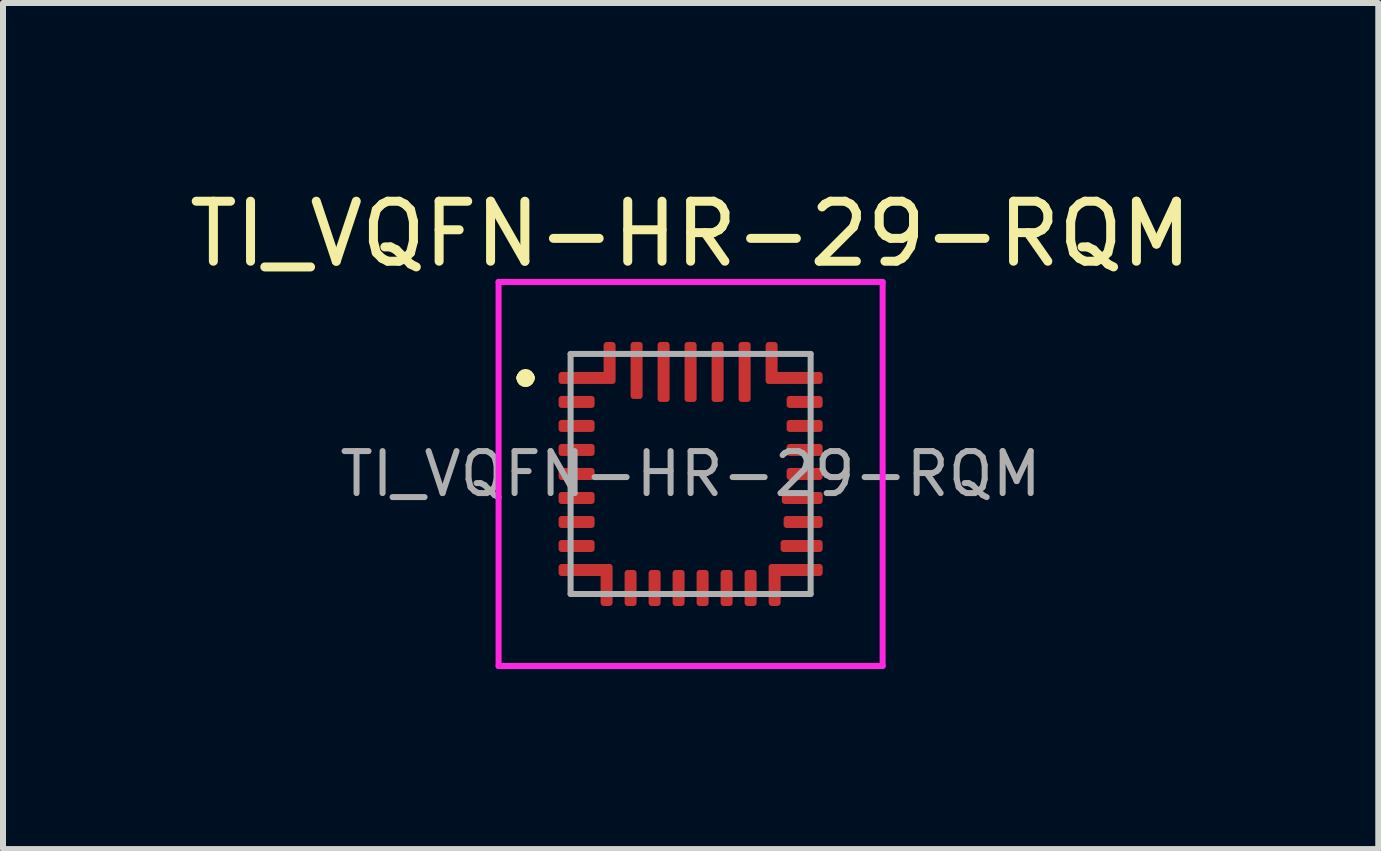
<source format=kicad_pcb>
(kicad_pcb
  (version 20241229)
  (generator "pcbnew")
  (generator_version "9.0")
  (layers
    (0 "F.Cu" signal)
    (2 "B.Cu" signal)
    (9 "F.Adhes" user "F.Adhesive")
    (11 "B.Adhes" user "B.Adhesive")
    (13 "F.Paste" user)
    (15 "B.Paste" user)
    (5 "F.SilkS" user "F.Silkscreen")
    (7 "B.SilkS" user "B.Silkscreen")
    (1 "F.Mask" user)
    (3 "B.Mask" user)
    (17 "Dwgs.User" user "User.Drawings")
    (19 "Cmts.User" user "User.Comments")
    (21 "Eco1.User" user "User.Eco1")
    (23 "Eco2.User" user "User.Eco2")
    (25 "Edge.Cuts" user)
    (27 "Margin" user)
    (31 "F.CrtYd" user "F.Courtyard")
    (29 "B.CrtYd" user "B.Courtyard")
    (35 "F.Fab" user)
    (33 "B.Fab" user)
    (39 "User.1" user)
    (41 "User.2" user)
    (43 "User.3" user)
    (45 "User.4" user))
  (footprint "TI_VQFN-HR-29-RQM"
    (layer "F.Cu")
    (at 8.458 4.848)
    (property "Reference" "TI_VQFN-HR-29-RQM" (at 0 -4 0) (layer "F.SilkS") (effects (font (size 1 1) (thickness 0.15))))
    (attr smd)
    (fp_line (start -2.8 -1.6) (end -2.8 -1.6) (stroke (width 0.2) (type solid)) (layer "F.SilkS"))
    (fp_line (start -2.8 -1.6) (end -2.8 -1.6) (stroke (width 0.2) (type solid)) (layer "F.SilkS"))
    (fp_line (start -2.7 -1.6) (end -2.7 -1.6) (stroke (width 0.2) (type solid)) (layer "F.SilkS"))
    (fp_arc (start -2.8 -1.6) (mid -2.75 -1.65) (end -2.7 -1.6) (stroke (width 0.2) (type solid)) (layer "F.SilkS"))
    (fp_arc (start -2.7 -1.6) (mid -2.75 -1.55) (end -2.8 -1.6) (stroke (width 0.2) (type solid)) (layer "F.SilkS"))
    (fp_arc (start -2.7 -1.6) (mid -2.75 -1.55) (end -2.8 -1.6) (stroke (width 0.2) (type solid)) (layer "F.SilkS"))
    (fp_line (start -3.2 -3.2) (end 3.2 -3.2) (stroke (width 0.1) (type solid)) (layer "F.CrtYd"))
    (fp_line (start -3.2 3.2) (end -3.2 -3.2) (stroke (width 0.1) (type solid)) (layer "F.CrtYd"))
    (fp_line (start 3.2 -3.2) (end 3.2 3.2) (stroke (width 0.1) (type solid)) (layer "F.CrtYd"))
    (fp_line (start 3.2 3.2) (end -3.2 3.2) (stroke (width 0.1) (type solid)) (layer "F.CrtYd"))
    (fp_line (start -2 -2) (end -2 2) (stroke (width 0.1) (type solid)) (layer "F.Fab"))
    (fp_line (start -2 2) (end 2 2) (stroke (width 0.1) (type solid)) (layer "F.Fab"))
    (fp_line (start 2 -2) (end -2 -2) (stroke (width 0.1) (type solid)) (layer "F.Fab"))
    (fp_line (start 2 2) (end 2 -2) (stroke (width 0.1) (type solid)) (layer "F.Fab"))
    (fp_text user "${REFERENCE}" (at 0 0 0) (layer "F.Fab") (effects (font (size 0.7 0.7) (thickness 0.1))))
    (pad "1" smd custom (at -1.725 -1.6 90) (size 0.2 0.95) (layers "F.Cu" "F.Mask" "F.Paste") (options (anchor circle)) (primitives (gr_poly (pts (xy -0.1 -0.425) (xy -0.096 -0.444) (xy -0.085 -0.46) (xy -0.069 -0.471) (xy -0.05 -0.475) (xy 0.05 -0.475) (xy 0.069 -0.471) (xy 0.085 -0.46) (xy 0.096 -0.444) (xy 0.1 -0.425) (xy 0.1 0.425) (xy 0.096 0.444) (xy 0.085 0.46) (xy 0.069 0.471) (xy 0.05 0.475) (xy -0.05 0.475) (xy -0.069 0.471) (xy -0.085 0.46) (xy -0.096 0.444) (xy -0.1 0.425)) (width 0) (fill yes)) (gr_poly (pts (xy 0.55 0.325) (xy 0.05 0.325) (xy 0.05 0.425) (xy 0.55 0.425)) (width 0.1) (fill yes))))
    (pad "2" smd roundrect (at -1.9 -1.2 90) (size 0.2 0.6) (layers "F.Cu" "F.Mask" "F.Paste") (roundrect_rratio 0.25))
    (pad "3" smd roundrect (at -1.9 -0.8 90) (size 0.2 0.6) (layers "F.Cu" "F.Mask" "F.Paste") (roundrect_rratio 0.25))
    (pad "4" smd roundrect (at -1.9 -0.4 90) (size 0.2 0.6) (layers "F.Cu" "F.Mask" "F.Paste") (roundrect_rratio 0.25))
    (pad "5" smd roundrect (at -1.9 0 90) (size 0.2 0.6) (layers "F.Cu" "F.Mask" "F.Paste") (roundrect_rratio 0.25))
    (pad "6" smd roundrect (at -1.9 0.4 90) (size 0.2 0.6) (layers "F.Cu" "F.Mask" "F.Paste") (roundrect_rratio 0.25))
    (pad "7" smd roundrect (at -1.9 0.8 90) (size 0.2 0.6) (layers "F.Cu" "F.Mask" "F.Paste") (roundrect_rratio 0.25))
    (pad "8" smd roundrect (at -1.9 1.2 90) (size 0.2 0.6) (layers "F.Cu" "F.Mask" "F.Paste") (roundrect_rratio 0.25))
    (pad "9" smd custom (at -1.75 1.6 90) (size 0.2 0.9) (layers "F.Cu" "F.Mask" "F.Paste") (options (anchor circle)) (primitives (gr_poly (pts (xy -0.1 -0.4) (xy -0.096 -0.419) (xy -0.085 -0.435) (xy -0.069 -0.446) (xy -0.05 -0.45) (xy 0.05 -0.45) (xy 0.069 -0.446) (xy 0.085 -0.435) (xy 0.096 -0.419) (xy 0.1 -0.4) (xy 0.1 0.4) (xy 0.096 0.419) (xy 0.085 0.435) (xy 0.069 0.446) (xy 0.05 0.45) (xy -0.05 0.45) (xy -0.069 0.446) (xy -0.085 0.435) (xy -0.096 0.419) (xy -0.1 0.4)) (width 0) (fill yes)) (gr_poly (pts (xy -0.05 0.3) (xy -0.55 0.3) (xy -0.55 0.4) (xy -0.05 0.4)) (width 0.1) (fill yes))))
    (pad "10" smd roundrect (at -1 1.9) (size 0.2 0.6) (layers "F.Cu" "F.Mask" "F.Paste") (roundrect_rratio 0.25))
    (pad "11" smd roundrect (at -0.6 1.9) (size 0.2 0.6) (layers "F.Cu" "F.Mask" "F.Paste") (roundrect_rratio 0.25))
    (pad "12" smd roundrect (at -0.2 1.9) (size 0.2 0.6) (layers "F.Cu" "F.Mask" "F.Paste") (roundrect_rratio 0.25))
    (pad "13" smd roundrect (at 0.2 1.9) (size 0.2 0.6) (layers "F.Cu" "F.Mask" "F.Paste") (roundrect_rratio 0.25))
    (pad "14" smd roundrect (at 0.6 1.9) (size 0.2 0.6) (layers "F.Cu" "F.Mask" "F.Paste") (roundrect_rratio 0.25))
    (pad "15" smd roundrect (at 1 1.9) (size 0.2 0.6) (layers "F.Cu" "F.Mask" "F.Paste") (roundrect_rratio 0.25))
    (pad "16" smd custom (at 1.75 1.6 90) (size 0.2 0.9) (layers "F.Cu" "F.Mask" "F.Paste") (options (anchor circle)) (primitives (gr_poly (pts (xy -0.1 -0.4) (xy -0.096 -0.419) (xy -0.085 -0.435) (xy -0.069 -0.446) (xy -0.05 -0.45) (xy 0.05 -0.45) (xy 0.069 -0.446) (xy 0.085 -0.435) (xy 0.096 -0.419) (xy 0.1 -0.4) (xy 0.1 0.4) (xy 0.096 0.419) (xy 0.085 0.435) (xy 0.069 0.446) (xy 0.05 0.45) (xy -0.05 0.45) (xy -0.069 0.446) (xy -0.085 0.435) (xy -0.096 0.419) (xy -0.1 0.4)) (width 0) (fill yes)) (gr_poly (pts (xy -0.05 -0.4) (xy -0.55 -0.4) (xy -0.55 -0.3) (xy -0.05 -0.3)) (width 0.1) (fill yes))))
    (pad "17" smd roundrect (at 1.85 1.2 90) (size 0.2 0.7) (layers "F.Cu" "F.Mask" "F.Paste") (roundrect_rratio 0.25))
    (pad "18" smd roundrect (at 1.875 0.8 90) (size 0.2 0.65) (layers "F.Cu" "F.Mask" "F.Paste") (roundrect_rratio 0.25))
    (pad "19" smd roundrect (at 1.86 0.4 90) (size 0.2 0.68) (layers "F.Cu" "F.Mask" "F.Paste") (roundrect_rratio 0.25))
    (pad "20" smd roundrect (at 1.9 0 90) (size 0.2 0.6) (layers "F.Cu" "F.Mask" "F.Paste") (roundrect_rratio 0.25))
    (pad "21" smd roundrect (at 1.9 -0.4 90) (size 0.2 0.6) (layers "F.Cu" "F.Mask" "F.Paste") (roundrect_rratio 0.25))
    (pad "22" smd roundrect (at 1.9 -0.8 90) (size 0.2 0.6) (layers "F.Cu" "F.Mask" "F.Paste") (roundrect_rratio 0.25))
    (pad "23" smd roundrect (at 1.9 -1.2 90) (size 0.2 0.6) (layers "F.Cu" "F.Mask" "F.Paste") (roundrect_rratio 0.25))
    (pad "24" smd custom (at 1.725 -1.6 90) (size 0.2 0.95) (layers "F.Cu" "F.Mask" "F.Paste") (options (anchor circle)) (primitives (gr_poly (pts (xy -0.1 -0.425) (xy -0.096 -0.444) (xy -0.085 -0.46) (xy -0.069 -0.471) (xy -0.05 -0.475) (xy 0.05 -0.475) (xy 0.069 -0.471) (xy 0.085 -0.46) (xy 0.096 -0.444) (xy 0.1 -0.425) (xy 0.1 0.425) (xy 0.096 0.444) (xy 0.085 0.46) (xy 0.069 0.471) (xy 0.05 0.475) (xy -0.05 0.475) (xy -0.069 0.471) (xy -0.085 0.46) (xy -0.096 0.444) (xy -0.1 0.425)) (width 0) (fill yes)) (gr_poly (pts (xy 0.55 -0.425) (xy 0.05 -0.425) (xy 0.05 -0.325) (xy 0.55 -0.325)) (width 0.1) (fill yes))))
    (pad "25" smd roundrect (at 0.9 -1.7) (size 0.2 1) (layers "F.Cu" "F.Mask" "F.Paste") (roundrect_rratio 0.25))
    (pad "26" smd roundrect (at 0.45 -1.7) (size 0.2 1) (layers "F.Cu" "F.Mask" "F.Paste") (roundrect_rratio 0.25))
    (pad "27" smd roundrect (at 0 -1.7) (size 0.2 1) (layers "F.Cu" "F.Mask" "F.Paste") (roundrect_rratio 0.25))
    (pad "28" smd roundrect (at -0.45 -1.7) (size 0.2 1) (layers "F.Cu" "F.Mask" "F.Paste") (roundrect_rratio 0.25))
    (pad "29" smd roundrect (at -0.9 -1.725) (size 0.2 0.95) (layers "F.Cu" "F.Mask" "F.Paste") (roundrect_rratio 0.25)))
  (gr_rect
    (start -3 -3)
    (end 19.917 11.098)
    (stroke (width 0.1) (type default))
    (fill no)
    (layer "Edge.Cuts")))
</source>
